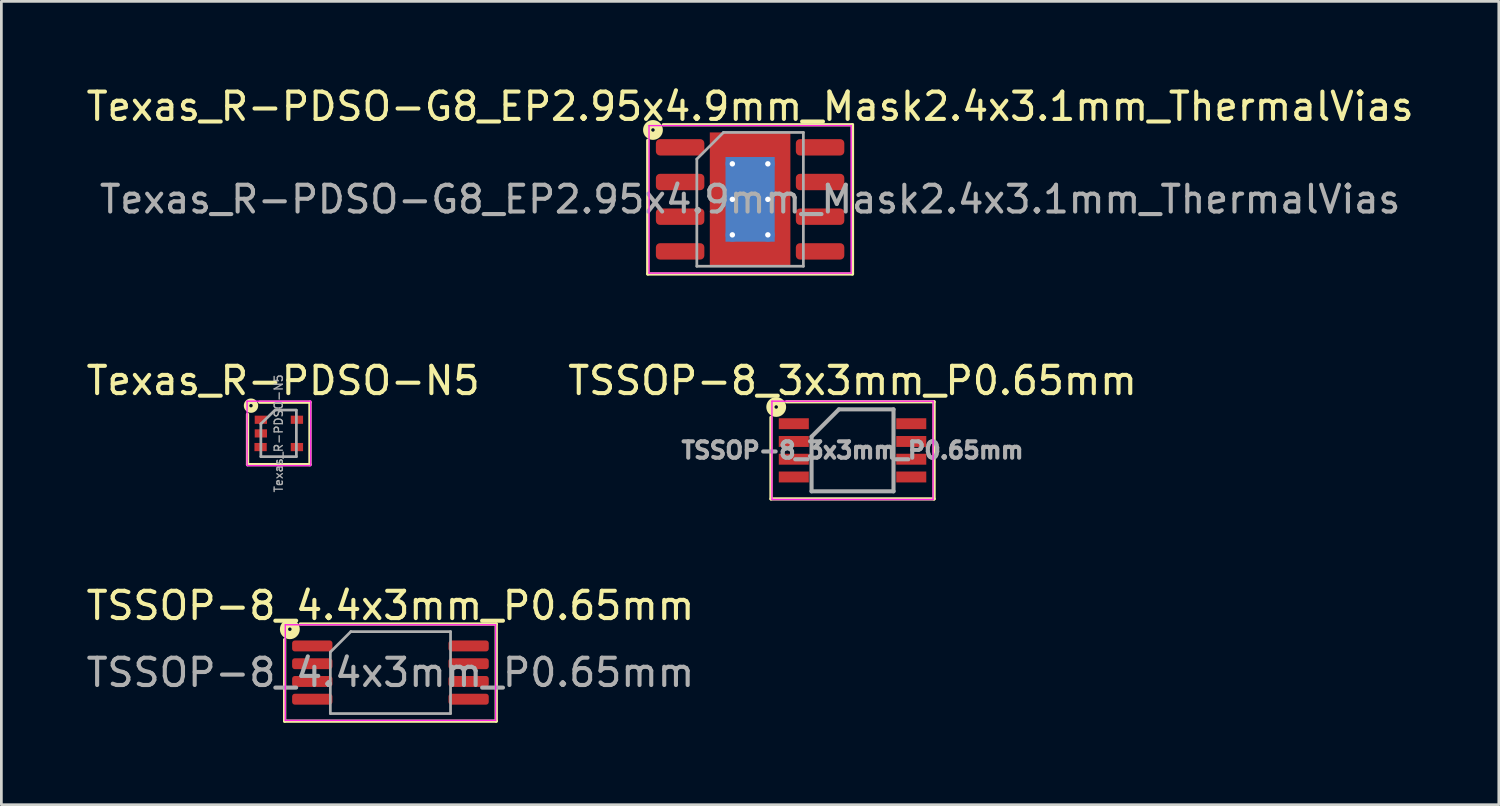
<source format=kicad_pcb>
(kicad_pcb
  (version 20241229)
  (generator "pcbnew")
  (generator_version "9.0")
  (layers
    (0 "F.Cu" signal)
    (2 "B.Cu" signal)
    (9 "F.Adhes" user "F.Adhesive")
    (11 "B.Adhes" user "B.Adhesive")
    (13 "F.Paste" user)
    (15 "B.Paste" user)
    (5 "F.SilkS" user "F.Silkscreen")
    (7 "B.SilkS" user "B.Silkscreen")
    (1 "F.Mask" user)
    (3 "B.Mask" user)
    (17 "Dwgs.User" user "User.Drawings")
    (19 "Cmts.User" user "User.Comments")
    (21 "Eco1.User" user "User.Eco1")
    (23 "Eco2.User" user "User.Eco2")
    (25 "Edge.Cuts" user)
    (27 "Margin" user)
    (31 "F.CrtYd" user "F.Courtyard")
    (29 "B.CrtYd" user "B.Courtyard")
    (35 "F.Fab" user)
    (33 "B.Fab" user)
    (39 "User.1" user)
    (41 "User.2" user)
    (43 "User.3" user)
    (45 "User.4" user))
  (footprint "Texas_R-PDSO-G8_EP2.95x4.9mm_Mask2.4x3.1mm_ThermalVias"
    (layer "F.Cu")
    (at 24.411 4.248)
    (property "Reference" "Texas_R-PDSO-G8_EP2.95x4.9mm_Mask2.4x3.1mm_ThermalVias" (at 0 -3.4 0) (layer "F.SilkS") (effects (font (size 1 1) (thickness 0.15))))
    (attr smd)
    (fp_line (start -3.747 -2.159) (end -3.747 2.731) (stroke (width 0.12) (type solid)) (layer "F.SilkS"))
    (fp_line (start -3.747 2.731) (end 3.747 2.731) (stroke (width 0.12) (type solid)) (layer "F.SilkS"))
    (fp_line (start 3.747 -2.731) (end -3.175 -2.731) (stroke (width 0.12) (type solid)) (layer "F.SilkS"))
    (fp_line (start 3.747 2.731) (end 3.747 -2.731) (stroke (width 0.12) (type solid)) (layer "F.SilkS"))
    (fp_circle (center -3.556 -2.54) (end -3.493 -2.54) (stroke (width 0.3) (type solid)) (fill no) (layer "F.SilkS"))
    (fp_line (start -3.7 -2.7) (end -3.7 2.7) (stroke (width 0.05) (type solid)) (layer "F.CrtYd"))
    (fp_line (start -3.7 2.7) (end 3.7 2.7) (stroke (width 0.05) (type solid)) (layer "F.CrtYd"))
    (fp_line (start 3.7 -2.7) (end -3.7 -2.7) (stroke (width 0.05) (type solid)) (layer "F.CrtYd"))
    (fp_line (start 3.7 2.7) (end 3.7 -2.7) (stroke (width 0.05) (type solid)) (layer "F.CrtYd"))
    (fp_line (start -1.95 -1.475) (end -0.975 -2.45) (stroke (width 0.1) (type solid)) (layer "F.Fab"))
    (fp_line (start -1.95 2.45) (end -1.95 -1.475) (stroke (width 0.1) (type solid)) (layer "F.Fab"))
    (fp_line (start -0.975 -2.45) (end 1.95 -2.45) (stroke (width 0.1) (type solid)) (layer "F.Fab"))
    (fp_line (start 1.95 -2.45) (end 1.95 2.45) (stroke (width 0.1) (type solid)) (layer "F.Fab"))
    (fp_line (start 1.95 2.45) (end -1.95 2.45) (stroke (width 0.1) (type solid)) (layer "F.Fab"))
    (fp_text user "${REFERENCE}" (at 0 0 0) (layer "F.Fab") (effects (font (size 0.98 0.98) (thickness 0.15))))
    (pad "" smd roundrect (at -0.6 -1.03) (size 1.04 0.89) (layers "F.Paste") (roundrect_rratio 0.25))
    (pad "" smd roundrect (at -0.6 0) (size 1.04 0.89) (layers "F.Paste") (roundrect_rratio 0.25))
    (pad "" smd roundrect (at -0.6 1.03) (size 1.04 0.89) (layers "F.Paste") (roundrect_rratio 0.25))
    (pad "" smd rect (at 0 0) (size 2.4 3.1) (layers "F.Mask"))
    (pad "" smd roundrect (at 0.6 -1.03) (size 1.04 0.89) (layers "F.Paste") (roundrect_rratio 0.25))
    (pad "" smd roundrect (at 0.6 0) (size 1.04 0.89) (layers "F.Paste") (roundrect_rratio 0.25))
    (pad "" smd roundrect (at 0.6 1.03) (size 1.04 0.89) (layers "F.Paste") (roundrect_rratio 0.25))
    (pad "1" smd roundrect (at -2.562 -1.905) (size 1.775 0.6) (layers "F.Cu" "F.Mask" "F.Paste") (roundrect_rratio 0.25))
    (pad "2" smd roundrect (at -2.562 -0.635) (size 1.775 0.6) (layers "F.Cu" "F.Mask" "F.Paste") (roundrect_rratio 0.25))
    (pad "3" smd roundrect (at -2.562 0.635) (size 1.775 0.6) (layers "F.Cu" "F.Mask" "F.Paste") (roundrect_rratio 0.25))
    (pad "4" smd roundrect (at -2.562 1.905) (size 1.775 0.6) (layers "F.Cu" "F.Mask" "F.Paste") (roundrect_rratio 0.25))
    (pad "5" smd roundrect (at 2.562 1.905) (size 1.775 0.6) (layers "F.Cu" "F.Mask" "F.Paste") (roundrect_rratio 0.25))
    (pad "6" smd roundrect (at 2.562 0.635) (size 1.775 0.6) (layers "F.Cu" "F.Mask" "F.Paste") (roundrect_rratio 0.25))
    (pad "7" smd roundrect (at 2.562 -0.635) (size 1.775 0.6) (layers "F.Cu" "F.Mask" "F.Paste") (roundrect_rratio 0.25))
    (pad "8" smd roundrect (at 2.562 -1.905) (size 1.775 0.6) (layers "F.Cu" "F.Mask" "F.Paste") (roundrect_rratio 0.25))
    (pad "9" thru_hole circle (at -0.65 -1.3) (size 0.5 0.5) (drill 0.2) (layers "*.Cu"))
    (pad "9" thru_hole circle (at -0.65 0) (size 0.5 0.5) (drill 0.2) (layers "*.Cu"))
    (pad "9" thru_hole circle (at -0.65 1.3) (size 0.5 0.5) (drill 0.2) (layers "*.Cu"))
    (pad "9" smd rect (at 0 0) (size 1.8 3.1) (layers "B.Cu" "B.Mask"))
    (pad "9" smd rect (at 0 0) (size 2.95 4.9) (layers "F.Cu"))
    (pad "9" thru_hole circle (at 0.65 -1.3) (size 0.5 0.5) (drill 0.2) (layers "*.Cu"))
    (pad "9" thru_hole circle (at 0.65 0) (size 0.5 0.5) (drill 0.2) (layers "*.Cu"))
    (pad "9" thru_hole circle (at 0.65 1.3) (size 0.5 0.5) (drill 0.2) (layers "*.Cu")))
  (footprint "TSSOP-8_3x3mm_P0.65mm"
    (layer "F.Cu")
    (at 28.161 13.437)
    (property "Reference" "TSSOP-8_3x3mm_P0.65mm" (at 0 -2.55 0) (layer "F.SilkS") (effects (font (size 1 1) (thickness 0.15))))
    (attr smd)
    (fp_line (start -2.985 -1.206) (end -2.985 1.778) (stroke (width 0.12) (type solid)) (layer "F.SilkS"))
    (fp_line (start -2.985 1.778) (end 2.985 1.778) (stroke (width 0.12) (type solid)) (layer "F.SilkS"))
    (fp_line (start 2.985 -1.778) (end -2.413 -1.778) (stroke (width 0.12) (type solid)) (layer "F.SilkS"))
    (fp_line (start 2.985 1.778) (end 2.985 -1.778) (stroke (width 0.12) (type solid)) (layer "F.SilkS"))
    (fp_circle (center -2.794 -1.587) (end -2.731 -1.587) (stroke (width 0.3) (type solid)) (fill no) (layer "F.SilkS"))
    (fp_line (start -2.95 -1.8) (end -2.95 1.8) (stroke (width 0.05) (type solid)) (layer "F.CrtYd"))
    (fp_line (start -2.95 -1.8) (end 2.95 -1.8) (stroke (width 0.05) (type solid)) (layer "F.CrtYd"))
    (fp_line (start -2.95 1.8) (end 2.95 1.8) (stroke (width 0.05) (type solid)) (layer "F.CrtYd"))
    (fp_line (start 2.95 -1.8) (end 2.95 1.8) (stroke (width 0.05) (type solid)) (layer "F.CrtYd"))
    (fp_line (start -1.5 -0.5) (end -0.5 -1.5) (stroke (width 0.15) (type solid)) (layer "F.Fab"))
    (fp_line (start -1.5 1.5) (end -1.5 -0.5) (stroke (width 0.15) (type solid)) (layer "F.Fab"))
    (fp_line (start -0.5 -1.5) (end 1.5 -1.5) (stroke (width 0.15) (type solid)) (layer "F.Fab"))
    (fp_line (start 1.5 -1.5) (end 1.5 1.5) (stroke (width 0.15) (type solid)) (layer "F.Fab"))
    (fp_line (start 1.5 1.5) (end -1.5 1.5) (stroke (width 0.15) (type solid)) (layer "F.Fab"))
    (fp_text user "${REFERENCE}" (at 0 0 0) (layer "F.Fab") (effects (font (size 0.6 0.6) (thickness 0.15))))
    (pad "1" smd rect (at -2.15 -0.975) (size 1.1 0.4) (layers "F.Cu" "F.Mask" "F.Paste"))
    (pad "2" smd rect (at -2.15 -0.325) (size 1.1 0.4) (layers "F.Cu" "F.Mask" "F.Paste"))
    (pad "3" smd rect (at -2.15 0.325) (size 1.1 0.4) (layers "F.Cu" "F.Mask" "F.Paste"))
    (pad "4" smd rect (at -2.15 0.975) (size 1.1 0.4) (layers "F.Cu" "F.Mask" "F.Paste"))
    (pad "5" smd rect (at 2.15 0.975) (size 1.1 0.4) (layers "F.Cu" "F.Mask" "F.Paste"))
    (pad "6" smd rect (at 2.15 0.325) (size 1.1 0.4) (layers "F.Cu" "F.Mask" "F.Paste"))
    (pad "7" smd rect (at 2.15 -0.325) (size 1.1 0.4) (layers "F.Cu" "F.Mask" "F.Paste"))
    (pad "8" smd rect (at 2.15 -0.975) (size 1.1 0.4) (layers "F.Cu" "F.Mask" "F.Paste")))
  (footprint "Texas_R-PDSO-N5"
    (layer "F.Cu")
    (at 7.155 12.817)
    (property "Reference" "Texas_R-PDSO-N5" (at 0.16 -1.93 0) (layer "F.SilkS") (effects (font (size 1 1) (thickness 0.15))))
    (attr smd)
    (fp_line (start -1.143 -0.699) (end -1.143 1.143) (stroke (width 0.12) (type solid)) (layer "F.SilkS"))
    (fp_line (start -1.143 1.143) (end 1.143 1.143) (stroke (width 0.12) (type solid)) (layer "F.SilkS"))
    (fp_line (start 1.143 -1.143) (end -0.699 -1.143) (stroke (width 0.12) (type solid)) (layer "F.SilkS"))
    (fp_line (start 1.143 1.143) (end 1.143 -1.143) (stroke (width 0.12) (type solid)) (layer "F.SilkS"))
    (fp_circle (center -1.016 -1.016) (end -0.953 -1.016) (stroke (width 0.2) (type solid)) (fill no) (layer "F.SilkS"))
    (fp_line (start -1.16 -1.18) (end -1.16 1.17) (stroke (width 0.05) (type solid)) (layer "F.CrtYd"))
    (fp_line (start -1.16 -1.18) (end 1.17 -1.18) (stroke (width 0.05) (type solid)) (layer "F.CrtYd"))
    (fp_line (start -1.16 1.18) (end 1.17 1.18) (stroke (width 0.05) (type solid)) (layer "F.CrtYd"))
    (fp_line (start 1.17 -1.18) (end 1.17 1.17) (stroke (width 0.05) (type solid)) (layer "F.CrtYd"))
    (fp_line (start -0.655 -0.35) (end -0.655 0.85) (stroke (width 0.1) (type solid)) (layer "F.Fab"))
    (fp_line (start -0.655 0.85) (end 0.645 0.85) (stroke (width 0.1) (type solid)) (layer "F.Fab"))
    (fp_line (start -0.135 -0.855) (end -0.655 -0.35) (stroke (width 0.1) (type solid)) (layer "F.Fab"))
    (fp_line (start -0.13 -0.855) (end 0.64 -0.855) (stroke (width 0.1) (type solid)) (layer "F.Fab"))
    (fp_line (start 0.645 0.85) (end 0.645 -0.85) (stroke (width 0.1) (type solid)) (layer "F.Fab"))
    (fp_text user "${REFERENCE}" (at -0.005 0 90) (layer "F.Fab") (effects (font (size 0.3 0.3) (thickness 0.05))))
    (pad "1" smd rect (at -0.655 -0.5 270) (size 0.3 0.45) (layers "F.Cu" "F.Mask" "F.Paste"))
    (pad "2" smd rect (at -0.655 0 270) (size 0.3 0.45) (layers "F.Cu" "F.Mask" "F.Paste"))
    (pad "3" smd rect (at -0.665 0.5 270) (size 0.3 0.45) (layers "F.Cu" "F.Mask" "F.Paste"))
    (pad "4" smd rect (at 0.665 0.5 270) (size 0.3 0.45) (layers "F.Cu" "F.Mask" "F.Paste"))
    (pad "5" smd rect (at 0.665 -0.5 270) (size 0.3 0.45) (layers "F.Cu" "F.Mask" "F.Paste")))
  (footprint "TSSOP-8_4.4x3mm_P0.65mm"
    (layer "F.Cu")
    (at 11.244 21.573)
    (property "Reference" "TSSOP-8_4.4x3mm_P0.65mm" (at 0 -2.45 0) (layer "F.SilkS") (effects (font (size 1 1) (thickness 0.15))))
    (attr smd)
    (fp_line (start -3.873 -1.206) (end -3.873 1.778) (stroke (width 0.12) (type solid)) (layer "F.SilkS"))
    (fp_line (start -3.873 1.778) (end 3.873 1.778) (stroke (width 0.12) (type solid)) (layer "F.SilkS"))
    (fp_line (start 3.873 -1.778) (end -3.302 -1.778) (stroke (width 0.12) (type solid)) (layer "F.SilkS"))
    (fp_line (start 3.873 1.778) (end 3.873 -1.778) (stroke (width 0.12) (type solid)) (layer "F.SilkS"))
    (fp_circle (center -3.683 -1.587) (end -3.619 -1.587) (stroke (width 0.3) (type solid)) (fill no) (layer "F.SilkS"))
    (fp_line (start -3.85 -1.75) (end -3.85 1.75) (stroke (width 0.05) (type solid)) (layer "F.CrtYd"))
    (fp_line (start -3.85 1.75) (end 3.85 1.75) (stroke (width 0.05) (type solid)) (layer "F.CrtYd"))
    (fp_line (start 3.85 -1.75) (end -3.85 -1.75) (stroke (width 0.05) (type solid)) (layer "F.CrtYd"))
    (fp_line (start 3.85 1.75) (end 3.85 -1.75) (stroke (width 0.05) (type solid)) (layer "F.CrtYd"))
    (fp_line (start -2.2 -0.75) (end -1.45 -1.5) (stroke (width 0.1) (type solid)) (layer "F.Fab"))
    (fp_line (start -2.2 1.5) (end -2.2 -0.75) (stroke (width 0.1) (type solid)) (layer "F.Fab"))
    (fp_line (start -1.45 -1.5) (end 2.2 -1.5) (stroke (width 0.1) (type solid)) (layer "F.Fab"))
    (fp_line (start 2.2 -1.5) (end 2.2 1.5) (stroke (width 0.1) (type solid)) (layer "F.Fab"))
    (fp_line (start 2.2 1.5) (end -2.2 1.5) (stroke (width 0.1) (type solid)) (layer "F.Fab"))
    (fp_text user "${REFERENCE}" (at 0 0 0) (layer "F.Fab") (effects (font (size 1 1) (thickness 0.15))))
    (pad "1" smd roundrect (at -2.862 -0.975) (size 1.475 0.4) (layers "F.Cu" "F.Mask" "F.Paste") (roundrect_rratio 0.25))
    (pad "2" smd roundrect (at -2.862 -0.325) (size 1.475 0.4) (layers "F.Cu" "F.Mask" "F.Paste") (roundrect_rratio 0.25))
    (pad "3" smd roundrect (at -2.862 0.325) (size 1.475 0.4) (layers "F.Cu" "F.Mask" "F.Paste") (roundrect_rratio 0.25))
    (pad "4" smd roundrect (at -2.862 0.975) (size 1.475 0.4) (layers "F.Cu" "F.Mask" "F.Paste") (roundrect_rratio 0.25))
    (pad "5" smd roundrect (at 2.862 0.975) (size 1.475 0.4) (layers "F.Cu" "F.Mask" "F.Paste") (roundrect_rratio 0.25))
    (pad "6" smd roundrect (at 2.862 0.325) (size 1.475 0.4) (layers "F.Cu" "F.Mask" "F.Paste") (roundrect_rratio 0.25))
    (pad "7" smd roundrect (at 2.862 -0.325) (size 1.475 0.4) (layers "F.Cu" "F.Mask" "F.Paste") (roundrect_rratio 0.25))
    (pad "8" smd roundrect (at 2.862 -0.975) (size 1.475 0.4) (layers "F.Cu" "F.Mask" "F.Paste") (roundrect_rratio 0.25)))
  (gr_rect
    (start -3 -3)
    (end 51.821 26.411)
    (stroke (width 0.1) (type default))
    (fill no)
    (layer "Edge.Cuts")))
</source>
